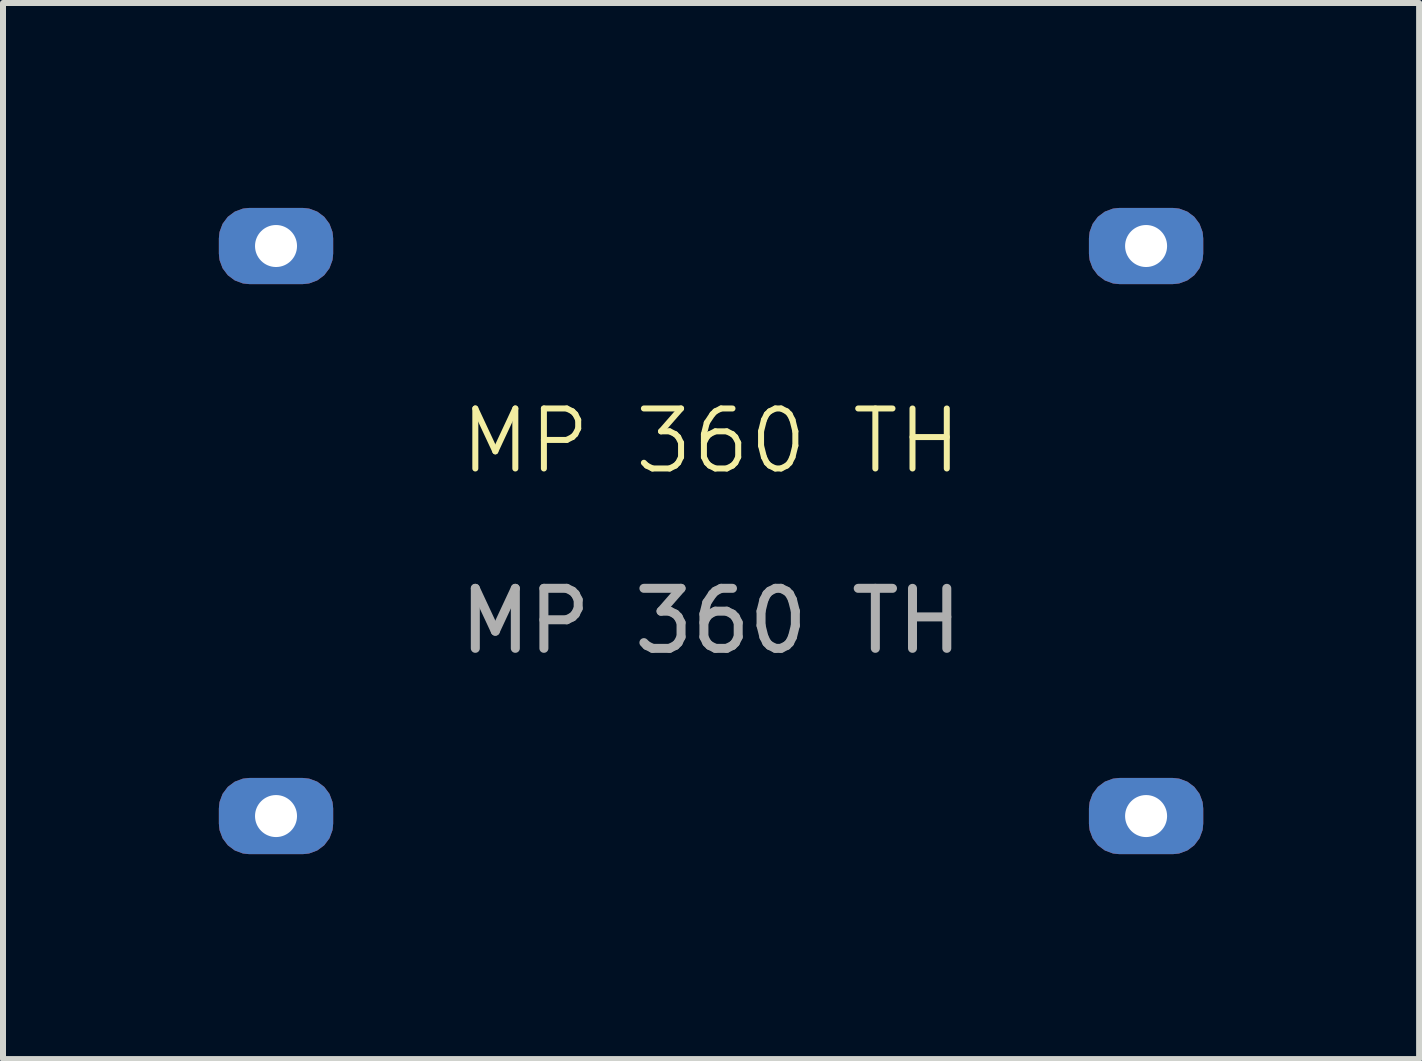
<source format=kicad_pcb>
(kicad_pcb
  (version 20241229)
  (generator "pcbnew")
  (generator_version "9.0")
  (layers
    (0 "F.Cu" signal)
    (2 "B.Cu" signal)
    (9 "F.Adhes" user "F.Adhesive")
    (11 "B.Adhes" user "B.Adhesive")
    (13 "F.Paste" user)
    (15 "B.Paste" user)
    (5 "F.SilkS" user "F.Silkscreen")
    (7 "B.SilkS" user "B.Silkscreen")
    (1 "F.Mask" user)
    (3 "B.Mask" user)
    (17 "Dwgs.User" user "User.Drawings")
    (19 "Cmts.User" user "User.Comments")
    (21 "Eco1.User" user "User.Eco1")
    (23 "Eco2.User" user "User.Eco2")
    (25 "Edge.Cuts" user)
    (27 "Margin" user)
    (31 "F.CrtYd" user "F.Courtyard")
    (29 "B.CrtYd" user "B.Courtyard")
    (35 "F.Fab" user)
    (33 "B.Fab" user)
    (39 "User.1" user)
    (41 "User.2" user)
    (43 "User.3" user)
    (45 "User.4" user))
  (footprint "MP 360 TH"
    (layer "F.Cu")
    (at 9.05 5.05)
    (property "Reference" "MP 360 TH" (at -0.25 -0.75 0) (unlocked yes) (layer "F.SilkS") (effects (font (size 1 1) (thickness 0.1))))
    (attr smd)
    (fp_rect (start -9 -5) (end 8.5 6.5) (stroke (width 0.1) (type default)) (fill no) (layer "User.1"))
    (fp_text user "${REFERENCE}" (at -0.25 2.25 0) (unlocked yes) (layer "F.Fab") (effects (font (size 1 1) (thickness 0.15))))
    (fp_text user "OUT+" (at 1.5 -3.5 0) (unlocked yes) (layer "User.1") (effects (font (size 1 1) (thickness 0.15)) (justify left bottom)))
    (fp_text user "IN-" (at -5.5 6 0) (unlocked yes) (layer "User.1") (effects (font (size 1 1) (thickness 0.15)) (justify left bottom)))
    (fp_text user "OUT-" (at 1.5 6 0) (unlocked yes) (layer "User.1") (effects (font (size 1 1) (thickness 0.15)) (justify left bottom)))
    (fp_text user "IN+" (at -5.5 -3.5 0) (unlocked yes) (layer "User.1") (effects (font (size 1 1) (thickness 0.15)) (justify left bottom)))
    (pad "1" thru_hole roundrect (at -7.5 -4) (size 1.905 1.27) (drill 0.7) (layers "*.Cu" "*.Mask") (roundrect_rratio 0.4))
    (pad "2" thru_hole roundrect (at -7.5 5.5) (size 1.905 1.27) (drill 0.7) (layers "*.Cu" "*.Mask") (roundrect_rratio 0.4))
    (pad "3" thru_hole roundrect (at 7 -4) (size 1.905 1.27) (drill 0.7) (layers "*.Cu" "*.Mask") (roundrect_rratio 0.4))
    (pad "4" thru_hole roundrect (at 7 5.5) (size 1.905 1.27) (drill 0.7) (layers "*.Cu" "*.Mask") (roundrect_rratio 0.4)))
  (gr_rect
    (start -3 -3)
    (end 20.6 14.6)
    (stroke (width 0.1) (type default))
    (fill no)
    (layer "Edge.Cuts")))
</source>
